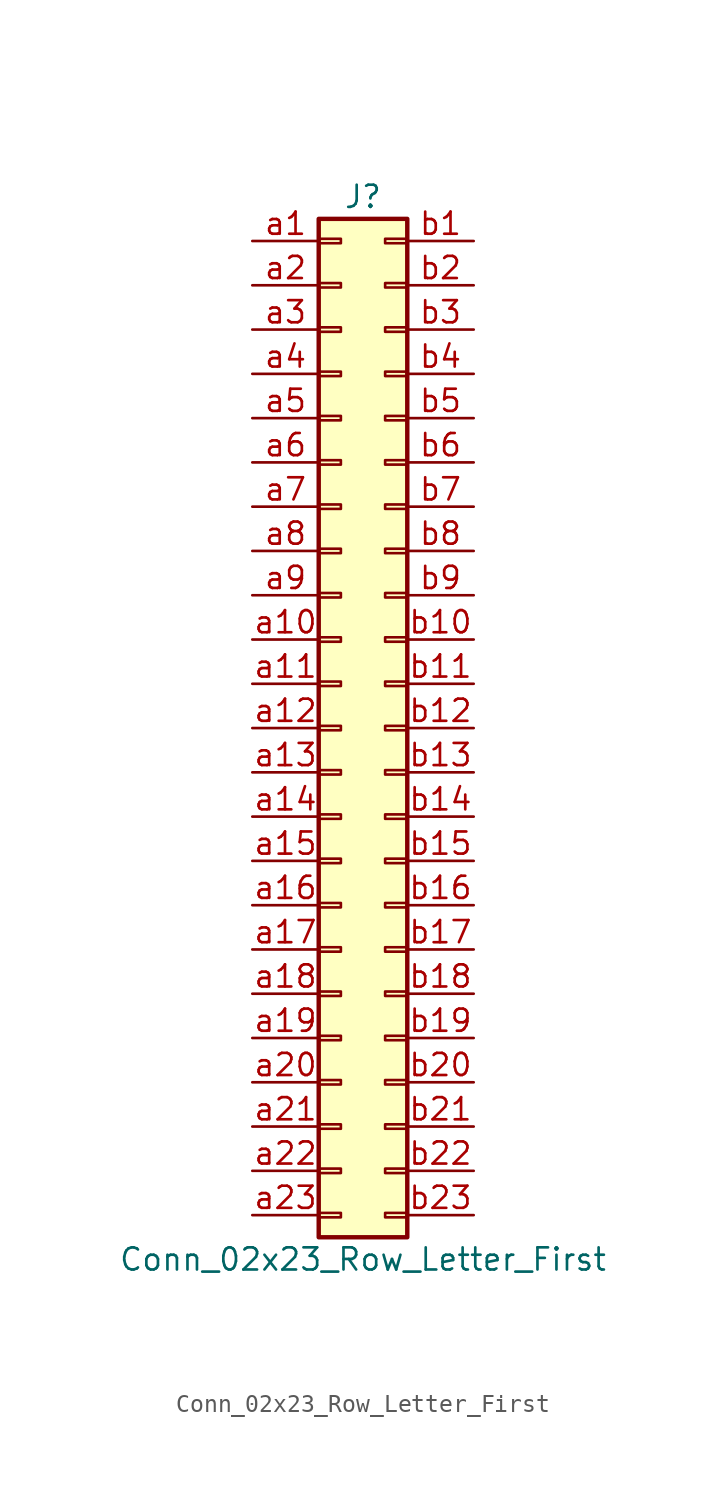
<source format=kicad_sym>
(kicad_symbol_lib
  (version 20220914)
  (generator kicad_symbol_editor)
  (symbol "Conn_02x23_Row_Letter_First"
    (pin_names
      (offset 1.016) hide)
    (property "Reference" "J"
      (at 1.27 30.48 0)
      (effects (font (size 1.27 1.27))))
    (property "Value" "Conn_02x23_Row_Letter_First"
      (at 1.27 -30.48 0)
      (effects (font (size 1.27 1.27))))
    (symbol "Conn_02x23_Row_Letter_First_1_1"
      (rectangle (start -1.27 -27.813) (end 0 -28.067) (stroke (width 0.152) (type default)) (fill (type none)))
      (rectangle (start -1.27 -25.273) (end 0 -25.527) (stroke (width 0.152) (type default)) (fill (type none)))
      (rectangle (start -1.27 -22.733) (end 0 -22.987) (stroke (width 0.152) (type default)) (fill (type none)))
      (rectangle (start -1.27 -20.193) (end 0 -20.447) (stroke (width 0.152) (type default)) (fill (type none)))
      (rectangle (start -1.27 -17.653) (end 0 -17.907) (stroke (width 0.152) (type default)) (fill (type none)))
      (rectangle (start -1.27 -15.113) (end 0 -15.367) (stroke (width 0.152) (type default)) (fill (type none)))
      (rectangle (start -1.27 -12.573) (end 0 -12.827) (stroke (width 0.152) (type default)) (fill (type none)))
      (rectangle (start -1.27 -10.033) (end 0 -10.287) (stroke (width 0.152) (type default)) (fill (type none)))
      (rectangle (start -1.27 -7.493) (end 0 -7.747) (stroke (width 0.152) (type default)) (fill (type none)))
      (rectangle (start -1.27 -4.953) (end 0 -5.207) (stroke (width 0.152) (type default)) (fill (type none)))
      (rectangle (start -1.27 -2.413) (end 0 -2.667) (stroke (width 0.152) (type default)) (fill (type none)))
      (rectangle (start -1.27 0.127) (end 0 -0.127) (stroke (width 0.152) (type default)) (fill (type none)))
      (rectangle (start -1.27 2.667) (end 0 2.413) (stroke (width 0.152) (type default)) (fill (type none)))
      (rectangle (start -1.27 5.207) (end 0 4.953) (stroke (width 0.152) (type default)) (fill (type none)))
      (rectangle (start -1.27 7.747) (end 0 7.493) (stroke (width 0.152) (type default)) (fill (type none)))
      (rectangle (start -1.27 10.287) (end 0 10.033) (stroke (width 0.152) (type default)) (fill (type none)))
      (rectangle (start -1.27 12.827) (end 0 12.573) (stroke (width 0.152) (type default)) (fill (type none)))
      (rectangle (start -1.27 15.367) (end 0 15.113) (stroke (width 0.152) (type default)) (fill (type none)))
      (rectangle (start -1.27 17.907) (end 0 17.653) (stroke (width 0.152) (type default)) (fill (type none)))
      (rectangle (start -1.27 20.447) (end 0 20.193) (stroke (width 0.152) (type default)) (fill (type none)))
      (rectangle (start -1.27 22.987) (end 0 22.733) (stroke (width 0.152) (type default)) (fill (type none)))
      (rectangle (start -1.27 25.527) (end 0 25.273) (stroke (width 0.152) (type default)) (fill (type none)))
      (rectangle (start -1.27 28.067) (end 0 27.813) (stroke (width 0.152) (type default)) (fill (type none)))
      (rectangle (start -1.27 29.21) (end 3.81 -29.21) (stroke (width 0.254) (type default)) (fill (type background)))
      (rectangle (start 3.81 -27.813) (end 2.54 -28.067) (stroke (width 0.152) (type default)) (fill (type none)))
      (rectangle (start 3.81 -25.273) (end 2.54 -25.527) (stroke (width 0.152) (type default)) (fill (type none)))
      (rectangle (start 3.81 -22.733) (end 2.54 -22.987) (stroke (width 0.152) (type default)) (fill (type none)))
      (rectangle (start 3.81 -20.193) (end 2.54 -20.447) (stroke (width 0.152) (type default)) (fill (type none)))
      (rectangle (start 3.81 -17.653) (end 2.54 -17.907) (stroke (width 0.152) (type default)) (fill (type none)))
      (rectangle (start 3.81 -15.113) (end 2.54 -15.367) (stroke (width 0.152) (type default)) (fill (type none)))
      (rectangle (start 3.81 -12.573) (end 2.54 -12.827) (stroke (width 0.152) (type default)) (fill (type none)))
      (rectangle (start 3.81 -10.033) (end 2.54 -10.287) (stroke (width 0.152) (type default)) (fill (type none)))
      (rectangle (start 3.81 -7.493) (end 2.54 -7.747) (stroke (width 0.152) (type default)) (fill (type none)))
      (rectangle (start 3.81 -4.953) (end 2.54 -5.207) (stroke (width 0.152) (type default)) (fill (type none)))
      (rectangle (start 3.81 -2.413) (end 2.54 -2.667) (stroke (width 0.152) (type default)) (fill (type none)))
      (rectangle (start 3.81 0.127) (end 2.54 -0.127) (stroke (width 0.152) (type default)) (fill (type none)))
      (rectangle (start 3.81 2.667) (end 2.54 2.413) (stroke (width 0.152) (type default)) (fill (type none)))
      (rectangle (start 3.81 5.207) (end 2.54 4.953) (stroke (width 0.152) (type default)) (fill (type none)))
      (rectangle (start 3.81 7.747) (end 2.54 7.493) (stroke (width 0.152) (type default)) (fill (type none)))
      (rectangle (start 3.81 10.287) (end 2.54 10.033) (stroke (width 0.152) (type default)) (fill (type none)))
      (rectangle (start 3.81 12.827) (end 2.54 12.573) (stroke (width 0.152) (type default)) (fill (type none)))
      (rectangle (start 3.81 15.367) (end 2.54 15.113) (stroke (width 0.152) (type default)) (fill (type none)))
      (rectangle (start 3.81 17.907) (end 2.54 17.653) (stroke (width 0.152) (type default)) (fill (type none)))
      (rectangle (start 3.81 20.447) (end 2.54 20.193) (stroke (width 0.152) (type default)) (fill (type none)))
      (rectangle (start 3.81 22.987) (end 2.54 22.733) (stroke (width 0.152) (type default)) (fill (type none)))
      (rectangle (start 3.81 25.527) (end 2.54 25.273) (stroke (width 0.152) (type default)) (fill (type none)))
      (rectangle (start 3.81 28.067) (end 2.54 27.813) (stroke (width 0.152) (type default)) (fill (type none)))
      (pin passive line (at -5.08 27.94 0) (length 3.81) (name "Pin_a1" (effects (font (size 1.27 1.27)))) (number "a1" (effects (font (size 1.27 1.27)))))
      (pin passive line (at -5.08 5.08 0) (length 3.81) (name "Pin_a10" (effects (font (size 1.27 1.27)))) (number "a10" (effects (font (size 1.27 1.27)))))
      (pin passive line (at -5.08 2.54 0) (length 3.81) (name "Pin_a11" (effects (font (size 1.27 1.27)))) (number "a11" (effects (font (size 1.27 1.27)))))
      (pin passive line (at -5.08 0 0) (length 3.81) (name "Pin_a12" (effects (font (size 1.27 1.27)))) (number "a12" (effects (font (size 1.27 1.27)))))
      (pin passive line (at -5.08 -2.54 0) (length 3.81) (name "Pin_a13" (effects (font (size 1.27 1.27)))) (number "a13" (effects (font (size 1.27 1.27)))))
      (pin passive line (at -5.08 -5.08 0) (length 3.81) (name "Pin_a14" (effects (font (size 1.27 1.27)))) (number "a14" (effects (font (size 1.27 1.27)))))
      (pin passive line (at -5.08 -7.62 0) (length 3.81) (name "Pin_a15" (effects (font (size 1.27 1.27)))) (number "a15" (effects (font (size 1.27 1.27)))))
      (pin passive line (at -5.08 -10.16 0) (length 3.81) (name "Pin_a16" (effects (font (size 1.27 1.27)))) (number "a16" (effects (font (size 1.27 1.27)))))
      (pin passive line (at -5.08 -12.7 0) (length 3.81) (name "Pin_a17" (effects (font (size 1.27 1.27)))) (number "a17" (effects (font (size 1.27 1.27)))))
      (pin passive line (at -5.08 -15.24 0) (length 3.81) (name "Pin_a18" (effects (font (size 1.27 1.27)))) (number "a18" (effects (font (size 1.27 1.27)))))
      (pin passive line (at -5.08 -17.78 0) (length 3.81) (name "Pin_a19" (effects (font (size 1.27 1.27)))) (number "a19" (effects (font (size 1.27 1.27)))))
      (pin passive line (at -5.08 25.4 0) (length 3.81) (name "Pin_a2" (effects (font (size 1.27 1.27)))) (number "a2" (effects (font (size 1.27 1.27)))))
      (pin passive line (at -5.08 -20.32 0) (length 3.81) (name "Pin_a20" (effects (font (size 1.27 1.27)))) (number "a20" (effects (font (size 1.27 1.27)))))
      (pin passive line (at -5.08 -22.86 0) (length 3.81) (name "Pin_a21" (effects (font (size 1.27 1.27)))) (number "a21" (effects (font (size 1.27 1.27)))))
      (pin passive line (at -5.08 -25.4 0) (length 3.81) (name "Pin_a22" (effects (font (size 1.27 1.27)))) (number "a22" (effects (font (size 1.27 1.27)))))
      (pin passive line (at -5.08 -27.94 0) (length 3.81) (name "Pin_a23" (effects (font (size 1.27 1.27)))) (number "a23" (effects (font (size 1.27 1.27)))))
      (pin passive line (at -5.08 22.86 0) (length 3.81) (name "Pin_a3" (effects (font (size 1.27 1.27)))) (number "a3" (effects (font (size 1.27 1.27)))))
      (pin passive line (at -5.08 20.32 0) (length 3.81) (name "Pin_a4" (effects (font (size 1.27 1.27)))) (number "a4" (effects (font (size 1.27 1.27)))))
      (pin passive line (at -5.08 17.78 0) (length 3.81) (name "Pin_a5" (effects (font (size 1.27 1.27)))) (number "a5" (effects (font (size 1.27 1.27)))))
      (pin passive line (at -5.08 15.24 0) (length 3.81) (name "Pin_a6" (effects (font (size 1.27 1.27)))) (number "a6" (effects (font (size 1.27 1.27)))))
      (pin passive line (at -5.08 12.7 0) (length 3.81) (name "Pin_a7" (effects (font (size 1.27 1.27)))) (number "a7" (effects (font (size 1.27 1.27)))))
      (pin passive line (at -5.08 10.16 0) (length 3.81) (name "Pin_a8" (effects (font (size 1.27 1.27)))) (number "a8" (effects (font (size 1.27 1.27)))))
      (pin passive line (at -5.08 7.62 0) (length 3.81) (name "Pin_a9" (effects (font (size 1.27 1.27)))) (number "a9" (effects (font (size 1.27 1.27)))))
      (pin passive line (at 7.62 27.94 180) (length 3.81) (name "Pin_b1" (effects (font (size 1.27 1.27)))) (number "b1" (effects (font (size 1.27 1.27)))))
      (pin passive line (at 7.62 5.08 180) (length 3.81) (name "Pin_b10" (effects (font (size 1.27 1.27)))) (number "b10" (effects (font (size 1.27 1.27)))))
      (pin passive line (at 7.62 2.54 180) (length 3.81) (name "Pin_b11" (effects (font (size 1.27 1.27)))) (number "b11" (effects (font (size 1.27 1.27)))))
      (pin passive line (at 7.62 0 180) (length 3.81) (name "Pin_b12" (effects (font (size 1.27 1.27)))) (number "b12" (effects (font (size 1.27 1.27)))))
      (pin passive line (at 7.62 -2.54 180) (length 3.81) (name "Pin_b13" (effects (font (size 1.27 1.27)))) (number "b13" (effects (font (size 1.27 1.27)))))
      (pin passive line (at 7.62 -5.08 180) (length 3.81) (name "Pin_b14" (effects (font (size 1.27 1.27)))) (number "b14" (effects (font (size 1.27 1.27)))))
      (pin passive line (at 7.62 -7.62 180) (length 3.81) (name "Pin_b15" (effects (font (size 1.27 1.27)))) (number "b15" (effects (font (size 1.27 1.27)))))
      (pin passive line (at 7.62 -10.16 180) (length 3.81) (name "Pin_b16" (effects (font (size 1.27 1.27)))) (number "b16" (effects (font (size 1.27 1.27)))))
      (pin passive line (at 7.62 -12.7 180) (length 3.81) (name "Pin_b17" (effects (font (size 1.27 1.27)))) (number "b17" (effects (font (size 1.27 1.27)))))
      (pin passive line (at 7.62 -15.24 180) (length 3.81) (name "Pin_b18" (effects (font (size 1.27 1.27)))) (number "b18" (effects (font (size 1.27 1.27)))))
      (pin passive line (at 7.62 -17.78 180) (length 3.81) (name "Pin_b19" (effects (font (size 1.27 1.27)))) (number "b19" (effects (font (size 1.27 1.27)))))
      (pin passive line (at 7.62 25.4 180) (length 3.81) (name "Pin_b2" (effects (font (size 1.27 1.27)))) (number "b2" (effects (font (size 1.27 1.27)))))
      (pin passive line (at 7.62 -20.32 180) (length 3.81) (name "Pin_b20" (effects (font (size 1.27 1.27)))) (number "b20" (effects (font (size 1.27 1.27)))))
      (pin passive line (at 7.62 -22.86 180) (length 3.81) (name "Pin_b21" (effects (font (size 1.27 1.27)))) (number "b21" (effects (font (size 1.27 1.27)))))
      (pin passive line (at 7.62 -25.4 180) (length 3.81) (name "Pin_b22" (effects (font (size 1.27 1.27)))) (number "b22" (effects (font (size 1.27 1.27)))))
      (pin passive line (at 7.62 -27.94 180) (length 3.81) (name "Pin_b23" (effects (font (size 1.27 1.27)))) (number "b23" (effects (font (size 1.27 1.27)))))
      (pin passive line (at 7.62 22.86 180) (length 3.81) (name "Pin_b3" (effects (font (size 1.27 1.27)))) (number "b3" (effects (font (size 1.27 1.27)))))
      (pin passive line (at 7.62 20.32 180) (length 3.81) (name "Pin_b4" (effects (font (size 1.27 1.27)))) (number "b4" (effects (font (size 1.27 1.27)))))
      (pin passive line (at 7.62 17.78 180) (length 3.81) (name "Pin_b5" (effects (font (size 1.27 1.27)))) (number "b5" (effects (font (size 1.27 1.27)))))
      (pin passive line (at 7.62 15.24 180) (length 3.81) (name "Pin_b6" (effects (font (size 1.27 1.27)))) (number "b6" (effects (font (size 1.27 1.27)))))
      (pin passive line (at 7.62 12.7 180) (length 3.81) (name "Pin_b7" (effects (font (size 1.27 1.27)))) (number "b7" (effects (font (size 1.27 1.27)))))
      (pin passive line (at 7.62 10.16 180) (length 3.81) (name "Pin_b8" (effects (font (size 1.27 1.27)))) (number "b8" (effects (font (size 1.27 1.27)))))
      (pin passive line (at 7.62 7.62 180) (length 3.81) (name "Pin_b9" (effects (font (size 1.27 1.27)))) (number "b9" (effects (font (size 1.27 1.27))))))))
</source>
